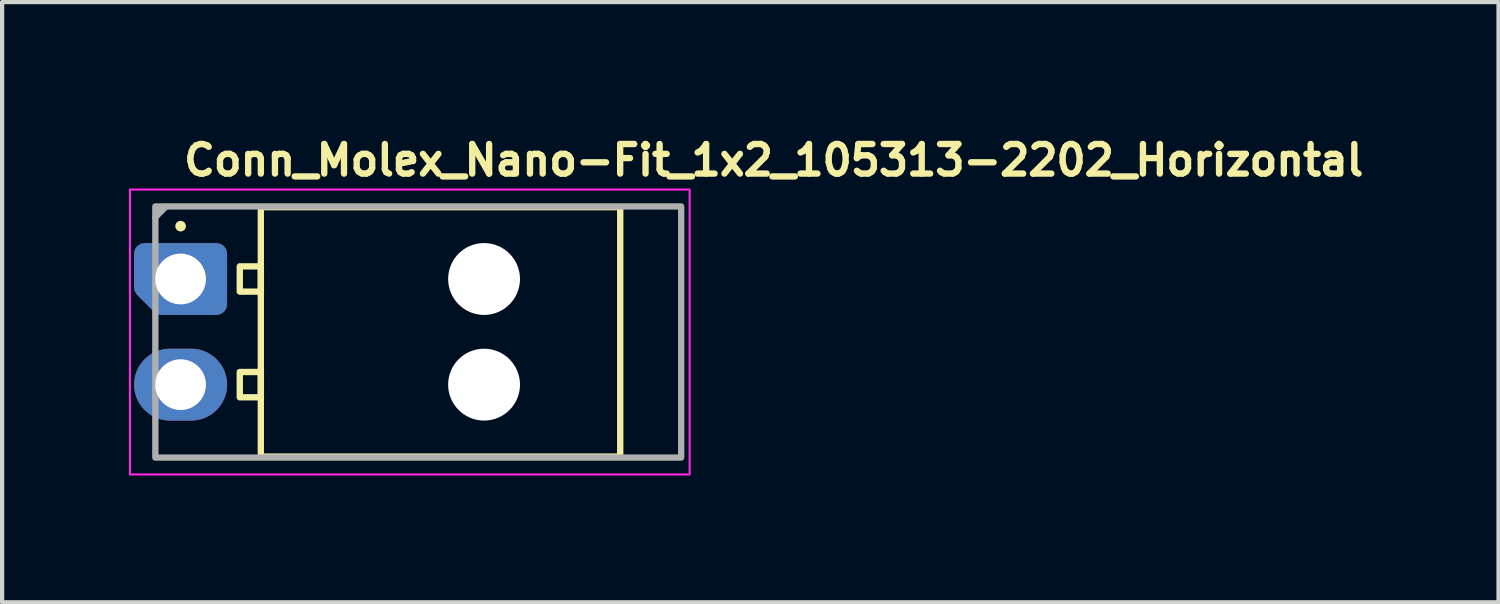
<source format=kicad_pcb>
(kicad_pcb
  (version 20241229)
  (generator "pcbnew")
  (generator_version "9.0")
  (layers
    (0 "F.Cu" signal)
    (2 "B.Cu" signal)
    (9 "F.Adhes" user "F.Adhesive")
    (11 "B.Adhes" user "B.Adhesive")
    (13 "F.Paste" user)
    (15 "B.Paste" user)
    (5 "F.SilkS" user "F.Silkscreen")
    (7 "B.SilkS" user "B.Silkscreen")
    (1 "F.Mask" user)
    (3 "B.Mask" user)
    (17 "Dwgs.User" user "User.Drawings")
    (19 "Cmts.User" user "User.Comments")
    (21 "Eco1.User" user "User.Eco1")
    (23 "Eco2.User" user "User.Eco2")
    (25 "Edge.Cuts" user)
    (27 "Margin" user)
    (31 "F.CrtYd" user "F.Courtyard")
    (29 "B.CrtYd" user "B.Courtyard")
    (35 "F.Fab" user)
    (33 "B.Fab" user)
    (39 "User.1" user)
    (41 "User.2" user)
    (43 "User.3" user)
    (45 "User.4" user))
  (footprint "Conn_Molex_Nano-Fit_1x2_105313-2202_Horizontal"
    (layer "F.Cu")
    (at 1.222 3.55)
    (property "Reference" "Conn_Molex_Nano-Fit_1x2_105313-2202_Horizontal" (at 0 -2.4 0) (layer "F.SilkS") (effects (font (size 0.7 0.7) (thickness 0.15)) (justify left bottom)))
    (attr through_hole)
    (fp_rect (start 1.4 -0.299) (end 1.899 0.299) (stroke (width 0.15) (type solid)) (fill no) (layer "F.SilkS"))
    (fp_rect (start 1.4 2.2) (end 1.899 2.798) (stroke (width 0.15) (type solid)) (fill no) (layer "F.SilkS"))
    (fp_rect (start 10.4 -1.7) (end 1.898 4.2) (stroke (width 0.15) (type solid)) (fill no) (layer "F.SilkS"))
    (fp_circle (center 0 -1.25) (end 0.05 -1.25) (stroke (width 0.15) (type solid)) (fill yes) (layer "F.SilkS"))
    (fp_rect (start -1.197 -2.116) (end 12.042 4.624) (stroke (width 0.05) (type solid)) (fill no) (layer "F.CrtYd"))
    (fp_line (start -0.35 -1.71) (end -0.595 -1.465) (stroke (width 0.15) (type solid)) (layer "F.Fab"))
    (fp_rect (start -0.597 -1.716) (end 11.842 4.224) (stroke (width 0.15) (type solid)) (fill no) (layer "F.Fab"))
    (fp_rect (start -0.597 -1.716) (end 11.842 4.224) (stroke (width 0.1) (type solid)) (fill no) (layer "User.5"))
    (fp_line (start -0.597 0.005) (end -0.597 0.005) (stroke (width 0.02) (type solid)) (layer "User.9"))
    (fp_line (start -0.597 0.005) (end -0.596 -0.027) (stroke (width 0.02) (type solid)) (layer "User.9"))
    (fp_line (start -0.597 2.504) (end -0.596 2.466) (stroke (width 0.02) (type solid)) (layer "User.9"))
    (fp_line (start -0.596 -0.027) (end -0.594 -0.058) (stroke (width 0.02) (type solid)) (layer "User.9"))
    (fp_line (start -0.596 0.035) (end -0.597 0.005) (stroke (width 0.02) (type solid)) (layer "User.9"))
    (fp_line (start -0.596 2.466) (end -0.592 2.426) (stroke (width 0.02) (type solid)) (layer "User.9"))
    (fp_line (start -0.596 2.543) (end -0.597 2.504) (stroke (width 0.02) (type solid)) (layer "User.9"))
    (fp_line (start -0.594 -0.058) (end -0.59 -0.088) (stroke (width 0.02) (type solid)) (layer "User.9"))
    (fp_line (start -0.594 0.066) (end -0.596 0.035) (stroke (width 0.02) (type solid)) (layer "User.9"))
    (fp_line (start -0.592 2.426) (end -0.586 2.389) (stroke (width 0.02) (type solid)) (layer "User.9"))
    (fp_line (start -0.592 2.581) (end -0.596 2.543) (stroke (width 0.02) (type solid)) (layer "User.9"))
    (fp_line (start -0.59 -0.088) (end -0.585 -0.117) (stroke (width 0.02) (type solid)) (layer "User.9"))
    (fp_line (start -0.59 0.096) (end -0.594 0.066) (stroke (width 0.02) (type solid)) (layer "User.9"))
    (fp_line (start -0.586 2.389) (end -0.577 2.35) (stroke (width 0.02) (type solid)) (layer "User.9"))
    (fp_line (start -0.586 2.62) (end -0.592 2.581) (stroke (width 0.02) (type solid)) (layer "User.9"))
    (fp_line (start -0.585 -0.117) (end -0.578 -0.145) (stroke (width 0.02) (type solid)) (layer "User.9"))
    (fp_line (start -0.585 0.124) (end -0.59 0.096) (stroke (width 0.02) (type solid)) (layer "User.9"))
    (fp_line (start -0.578 -0.145) (end -0.571 -0.175) (stroke (width 0.02) (type solid)) (layer "User.9"))
    (fp_line (start -0.578 0.153) (end -0.585 0.124) (stroke (width 0.02) (type solid)) (layer "User.9"))
    (fp_line (start -0.577 2.35) (end -0.567 2.313) (stroke (width 0.02) (type solid)) (layer "User.9"))
    (fp_line (start -0.577 2.659) (end -0.586 2.62) (stroke (width 0.02) (type solid)) (layer "User.9"))
    (fp_line (start -0.571 -0.175) (end -0.562 -0.203) (stroke (width 0.02) (type solid)) (layer "User.9"))
    (fp_line (start -0.571 0.182) (end -0.578 0.153) (stroke (width 0.02) (type solid)) (layer "User.9"))
    (fp_line (start -0.567 2.313) (end -0.553 2.276) (stroke (width 0.02) (type solid)) (layer "User.9"))
    (fp_line (start -0.567 2.696) (end -0.577 2.659) (stroke (width 0.02) (type solid)) (layer "User.9"))
    (fp_line (start -0.562 -0.203) (end -0.551 -0.23) (stroke (width 0.02) (type solid)) (layer "User.9"))
    (fp_line (start -0.562 0.21) (end -0.571 0.182) (stroke (width 0.02) (type solid)) (layer "User.9"))
    (fp_line (start -0.553 2.276) (end -0.537 2.24) (stroke (width 0.02) (type solid)) (layer "User.9"))
    (fp_line (start -0.553 2.733) (end -0.567 2.696) (stroke (width 0.02) (type solid)) (layer "User.9"))
    (fp_line (start -0.551 -0.23) (end -0.539 -0.255) (stroke (width 0.02) (type solid)) (layer "User.9"))
    (fp_line (start -0.551 0.238) (end -0.562 0.21) (stroke (width 0.02) (type solid)) (layer "User.9"))
    (fp_line (start -0.539 -0.255) (end -0.526 -0.282) (stroke (width 0.02) (type solid)) (layer "User.9"))
    (fp_line (start -0.539 0.265) (end -0.551 0.238) (stroke (width 0.02) (type solid)) (layer "User.9"))
    (fp_line (start -0.537 2.24) (end -0.518 2.205) (stroke (width 0.02) (type solid)) (layer "User.9"))
    (fp_line (start -0.537 2.769) (end -0.553 2.733) (stroke (width 0.02) (type solid)) (layer "User.9"))
    (fp_line (start -0.526 -0.282) (end -0.51 -0.306) (stroke (width 0.02) (type solid)) (layer "User.9"))
    (fp_line (start -0.526 0.29) (end -0.539 0.265) (stroke (width 0.02) (type solid)) (layer "User.9"))
    (fp_line (start -0.518 2.205) (end -0.518 2.205) (stroke (width 0.02) (type solid)) (layer "User.9"))
    (fp_line (start -0.518 2.205) (end -0.507 2.186) (stroke (width 0.02) (type solid)) (layer "User.9"))
    (fp_line (start -0.518 2.805) (end -0.537 2.769) (stroke (width 0.02) (type solid)) (layer "User.9"))
    (fp_line (start -0.518 2.805) (end -0.518 2.805) (stroke (width 0.02) (type solid)) (layer "User.9"))
    (fp_line (start -0.51 -0.306) (end -0.495 -0.332) (stroke (width 0.02) (type solid)) (layer "User.9"))
    (fp_line (start -0.51 0.315) (end -0.526 0.29) (stroke (width 0.02) (type solid)) (layer "User.9"))
    (fp_line (start -0.507 2.186) (end -0.496 2.171) (stroke (width 0.02) (type solid)) (layer "User.9"))
    (fp_line (start -0.496 2.171) (end -0.484 2.153) (stroke (width 0.02) (type solid)) (layer "User.9"))
    (fp_line (start -0.496 2.838) (end -0.518 2.805) (stroke (width 0.02) (type solid)) (layer "User.9"))
    (fp_line (start -0.495 -0.332) (end -0.479 -0.354) (stroke (width 0.02) (type solid)) (layer "User.9"))
    (fp_line (start -0.495 0.34) (end -0.51 0.315) (stroke (width 0.02) (type solid)) (layer "User.9"))
    (fp_line (start -0.484 2.153) (end -0.474 2.137) (stroke (width 0.02) (type solid)) (layer "User.9"))
    (fp_line (start -0.479 -0.354) (end -0.461 -0.377) (stroke (width 0.02) (type solid)) (layer "User.9"))
    (fp_line (start -0.479 0.362) (end -0.495 0.34) (stroke (width 0.02) (type solid)) (layer "User.9"))
    (fp_line (start -0.474 2.137) (end -0.461 2.123) (stroke (width 0.02) (type solid)) (layer "User.9"))
    (fp_line (start -0.474 2.87) (end -0.496 2.838) (stroke (width 0.02) (type solid)) (layer "User.9"))
    (fp_line (start -0.461 -0.377) (end -0.441 -0.4) (stroke (width 0.02) (type solid)) (layer "User.9"))
    (fp_line (start -0.461 0.386) (end -0.479 0.362) (stroke (width 0.02) (type solid)) (layer "User.9"))
    (fp_line (start -0.461 2.123) (end -0.448 2.108) (stroke (width 0.02) (type solid)) (layer "User.9"))
    (fp_line (start -0.448 2.108) (end -0.434 2.092) (stroke (width 0.02) (type solid)) (layer "User.9"))
    (fp_line (start -0.448 2.901) (end -0.474 2.87) (stroke (width 0.02) (type solid)) (layer "User.9"))
    (fp_line (start -0.441 -0.4) (end -0.421 -0.42) (stroke (width 0.02) (type solid)) (layer "User.9"))
    (fp_line (start -0.441 0.408) (end -0.461 0.386) (stroke (width 0.02) (type solid)) (layer "User.9"))
    (fp_line (start -0.434 2.092) (end -0.421 2.079) (stroke (width 0.02) (type solid)) (layer "User.9"))
    (fp_line (start -0.421 -0.42) (end -0.402 -0.439) (stroke (width 0.02) (type solid)) (layer "User.9"))
    (fp_line (start -0.421 0.428) (end -0.441 0.408) (stroke (width 0.02) (type solid)) (layer "User.9"))
    (fp_line (start -0.421 2.079) (end -0.408 2.065) (stroke (width 0.02) (type solid)) (layer "User.9"))
    (fp_line (start -0.421 2.93) (end -0.448 2.901) (stroke (width 0.02) (type solid)) (layer "User.9"))
    (fp_line (start -0.408 2.065) (end -0.393 2.052) (stroke (width 0.02) (type solid)) (layer "User.9"))
    (fp_line (start -0.402 -0.439) (end -0.379 -0.459) (stroke (width 0.02) (type solid)) (layer "User.9"))
    (fp_line (start -0.402 0.449) (end -0.421 0.428) (stroke (width 0.02) (type solid)) (layer "User.9"))
    (fp_line (start -0.393 2.052) (end -0.377 2.039) (stroke (width 0.02) (type solid)) (layer "User.9"))
    (fp_line (start -0.393 2.955) (end -0.421 2.93) (stroke (width 0.02) (type solid)) (layer "User.9"))
    (fp_line (start -0.379 -0.459) (end -0.356 -0.477) (stroke (width 0.02) (type solid)) (layer "User.9"))
    (fp_line (start -0.379 0.467) (end -0.402 0.449) (stroke (width 0.02) (type solid)) (layer "User.9"))
    (fp_line (start -0.377 2.039) (end -0.362 2.027) (stroke (width 0.02) (type solid)) (layer "User.9"))
    (fp_line (start -0.362 2.027) (end -0.347 2.015) (stroke (width 0.02) (type solid)) (layer "User.9"))
    (fp_line (start -0.362 2.98) (end -0.393 2.955) (stroke (width 0.02) (type solid)) (layer "User.9"))
    (fp_line (start -0.356 -0.477) (end -0.334 -0.493) (stroke (width 0.02) (type solid)) (layer "User.9"))
    (fp_line (start -0.356 0.484) (end -0.379 0.467) (stroke (width 0.02) (type solid)) (layer "User.9"))
    (fp_line (start -0.347 2.015) (end -0.331 2.004) (stroke (width 0.02) (type solid)) (layer "User.9"))
    (fp_line (start -0.334 -0.493) (end -0.308 -0.508) (stroke (width 0.02) (type solid)) (layer "User.9"))
    (fp_line (start -0.334 0.501) (end -0.356 0.484) (stroke (width 0.02) (type solid)) (layer "User.9"))
    (fp_line (start -0.331 2.004) (end -0.314 1.995) (stroke (width 0.02) (type solid)) (layer "User.9"))
    (fp_line (start -0.331 3.003) (end -0.362 2.98) (stroke (width 0.02) (type solid)) (layer "User.9"))
    (fp_line (start -0.315 -0.313) (end -0.309 -0.313) (stroke (width 0.02) (type solid)) (layer "User.9"))
    (fp_line (start -0.315 0.322) (end -0.315 -0.313) (stroke (width 0.02) (type solid)) (layer "User.9"))
    (fp_line (start -0.315 0.322) (end -0.309 0.322) (stroke (width 0.02) (type solid)) (layer "User.9"))
    (fp_line (start -0.315 2.186) (end -0.309 2.186) (stroke (width 0.02) (type solid)) (layer "User.9"))
    (fp_line (start -0.315 2.822) (end -0.315 2.186) (stroke (width 0.02) (type solid)) (layer "User.9"))
    (fp_line (start -0.315 2.822) (end -0.309 2.822) (stroke (width 0.02) (type solid)) (layer "User.9"))
    (fp_line (start -0.314 1.995) (end -0.297 1.985) (stroke (width 0.02) (type solid)) (layer "User.9"))
    (fp_line (start -0.309 -0.313) (end -0.309 -0.313) (stroke (width 0.02) (type solid)) (layer "User.9"))
    (fp_line (start -0.309 -0.313) (end -0.291 -0.313) (stroke (width 0.02) (type solid)) (layer "User.9"))
    (fp_line (start -0.309 0.322) (end -0.309 0.322) (stroke (width 0.02) (type solid)) (layer "User.9"))
    (fp_line (start -0.309 0.322) (end -0.291 0.322) (stroke (width 0.02) (type solid)) (layer "User.9"))
    (fp_line (start -0.309 2.186) (end -0.309 2.186) (stroke (width 0.02) (type solid)) (layer "User.9"))
    (fp_line (start -0.309 2.186) (end -0.291 2.186) (stroke (width 0.02) (type solid)) (layer "User.9"))
    (fp_line (start -0.309 2.822) (end -0.309 2.822) (stroke (width 0.02) (type solid)) (layer "User.9"))
    (fp_line (start -0.309 2.822) (end -0.291 2.822) (stroke (width 0.02) (type solid)) (layer "User.9"))
    (fp_line (start -0.308 -0.508) (end -0.284 -0.524) (stroke (width 0.02) (type solid)) (layer "User.9"))
    (fp_line (start -0.308 0.518) (end -0.334 0.501) (stroke (width 0.02) (type solid)) (layer "User.9"))
    (fp_line (start -0.297 1.985) (end -0.281 1.975) (stroke (width 0.02) (type solid)) (layer "User.9"))
    (fp_line (start -0.297 3.023) (end -0.331 3.003) (stroke (width 0.02) (type solid)) (layer "User.9"))
    (fp_line (start -0.291 -0.313) (end -0.291 -0.313) (stroke (width 0.02) (type solid)) (layer "User.9"))
    (fp_line (start -0.291 -0.313) (end -0.263 -0.313) (stroke (width 0.02) (type solid)) (layer "User.9"))
    (fp_line (start -0.291 0.322) (end -0.291 0.322) (stroke (width 0.02) (type solid)) (layer "User.9"))
    (fp_line (start -0.291 0.322) (end -0.263 0.322) (stroke (width 0.02) (type solid)) (layer "User.9"))
    (fp_line (start -0.291 2.186) (end -0.291 2.186) (stroke (width 0.02) (type solid)) (layer "User.9"))
    (fp_line (start -0.291 2.186) (end -0.263 2.186) (stroke (width 0.02) (type solid)) (layer "User.9"))
    (fp_line (start -0.291 2.822) (end -0.291 2.822) (stroke (width 0.02) (type solid)) (layer "User.9"))
    (fp_line (start -0.291 2.822) (end -0.263 2.822) (stroke (width 0.02) (type solid)) (layer "User.9"))
    (fp_line (start -0.284 -0.524) (end -0.258 -0.537) (stroke (width 0.02) (type solid)) (layer "User.9"))
    (fp_line (start -0.284 0.532) (end -0.308 0.518) (stroke (width 0.02) (type solid)) (layer "User.9"))
    (fp_line (start -0.281 1.975) (end -0.264 1.967) (stroke (width 0.02) (type solid)) (layer "User.9"))
    (fp_line (start -0.264 1.967) (end -0.246 1.957) (stroke (width 0.02) (type solid)) (layer "User.9"))
    (fp_line (start -0.264 3.043) (end -0.297 3.023) (stroke (width 0.02) (type solid)) (layer "User.9"))
    (fp_line (start -0.263 -0.313) (end -0.263 -0.313) (stroke (width 0.02) (type solid)) (layer "User.9"))
    (fp_line (start -0.263 -0.313) (end -0.222 -0.313) (stroke (width 0.02) (type solid)) (layer "User.9"))
    (fp_line (start -0.263 0.322) (end -0.263 0.322) (stroke (width 0.02) (type solid)) (layer "User.9"))
    (fp_line (start -0.263 0.322) (end -0.222 0.322) (stroke (width 0.02) (type solid)) (layer "User.9"))
    (fp_line (start -0.263 2.186) (end -0.263 2.186) (stroke (width 0.02) (type solid)) (layer "User.9"))
    (fp_line (start -0.263 2.186) (end -0.222 2.186) (stroke (width 0.02) (type solid)) (layer "User.9"))
    (fp_line (start -0.263 2.822) (end -0.263 2.822) (stroke (width 0.02) (type solid)) (layer "User.9"))
    (fp_line (start -0.263 2.822) (end -0.222 2.822) (stroke (width 0.02) (type solid)) (layer "User.9"))
    (fp_line (start -0.258 -0.537) (end -0.232 -0.549) (stroke (width 0.02) (type solid)) (layer "User.9"))
    (fp_line (start -0.258 0.545) (end -0.284 0.532) (stroke (width 0.02) (type solid)) (layer "User.9"))
    (fp_line (start -0.246 1.957) (end -0.229 1.951) (stroke (width 0.02) (type solid)) (layer "User.9"))
    (fp_line (start -0.232 -0.549) (end -0.205 -0.56) (stroke (width 0.02) (type solid)) (layer "User.9"))
    (fp_line (start -0.232 0.557) (end -0.258 0.545) (stroke (width 0.02) (type solid)) (layer "User.9"))
    (fp_line (start -0.229 1.951) (end -0.21 1.943) (stroke (width 0.02) (type solid)) (layer "User.9"))
    (fp_line (start -0.229 3.059) (end -0.264 3.043) (stroke (width 0.02) (type solid)) (layer "User.9"))
    (fp_line (start -0.222 -0.313) (end -0.222 -0.313) (stroke (width 0.02) (type solid)) (layer "User.9"))
    (fp_line (start -0.222 -0.313) (end -0.173 -0.313) (stroke (width 0.02) (type solid)) (layer "User.9"))
    (fp_line (start -0.222 0.322) (end -0.222 0.322) (stroke (width 0.02) (type solid)) (layer "User.9"))
    (fp_line (start -0.222 0.322) (end -0.173 0.322) (stroke (width 0.02) (type solid)) (layer "User.9"))
    (fp_line (start -0.222 2.186) (end -0.222 2.186) (stroke (width 0.02) (type solid)) (layer "User.9"))
    (fp_line (start -0.222 2.186) (end -0.173 2.186) (stroke (width 0.02) (type solid)) (layer "User.9"))
    (fp_line (start -0.222 2.822) (end -0.222 2.822) (stroke (width 0.02) (type solid)) (layer "User.9"))
    (fp_line (start -0.222 2.822) (end -0.173 2.822) (stroke (width 0.02) (type solid)) (layer "User.9"))
    (fp_line (start -0.21 1.943) (end -0.191 1.937) (stroke (width 0.02) (type solid)) (layer "User.9"))
    (fp_line (start -0.205 -0.56) (end -0.176 -0.569) (stroke (width 0.02) (type solid)) (layer "User.9"))
    (fp_line (start -0.205 0.568) (end -0.232 0.557) (stroke (width 0.02) (type solid)) (layer "User.9"))
    (fp_line (start -0.191 1.937) (end -0.174 1.931) (stroke (width 0.02) (type solid)) (layer "User.9"))
    (fp_line (start -0.191 3.072) (end -0.229 3.059) (stroke (width 0.02) (type solid)) (layer "User.9"))
    (fp_line (start -0.176 -0.569) (end -0.147 -0.577) (stroke (width 0.02) (type solid)) (layer "User.9"))
    (fp_line (start -0.176 0.577) (end -0.205 0.568) (stroke (width 0.02) (type solid)) (layer "User.9"))
    (fp_line (start -0.174 1.931) (end -0.154 1.925) (stroke (width 0.02) (type solid)) (layer "User.9"))
    (fp_line (start -0.173 -0.313) (end -0.173 -0.313) (stroke (width 0.02) (type solid)) (layer "User.9"))
    (fp_line (start -0.173 -0.313) (end -0.111 -0.313) (stroke (width 0.02) (type solid)) (layer "User.9"))
    (fp_line (start -0.173 0.322) (end -0.173 0.322) (stroke (width 0.02) (type solid)) (layer "User.9"))
    (fp_line (start -0.173 0.322) (end -0.111 0.322) (stroke (width 0.02) (type solid)) (layer "User.9"))
    (fp_line (start -0.173 2.186) (end -0.173 2.186) (stroke (width 0.02) (type solid)) (layer "User.9"))
    (fp_line (start -0.173 2.186) (end -0.111 2.186) (stroke (width 0.02) (type solid)) (layer "User.9"))
    (fp_line (start -0.173 2.822) (end -0.173 2.822) (stroke (width 0.02) (type solid)) (layer "User.9"))
    (fp_line (start -0.173 2.822) (end -0.111 2.822) (stroke (width 0.02) (type solid)) (layer "User.9"))
    (fp_line (start -0.154 1.925) (end -0.136 1.921) (stroke (width 0.02) (type solid)) (layer "User.9"))
    (fp_line (start -0.154 3.084) (end -0.191 3.072) (stroke (width 0.02) (type solid)) (layer "User.9"))
    (fp_line (start -0.147 -0.577) (end -0.119 -0.583) (stroke (width 0.02) (type solid)) (layer "User.9"))
    (fp_line (start -0.147 0.585) (end -0.176 0.577) (stroke (width 0.02) (type solid)) (layer "User.9"))
    (fp_line (start -0.136 1.921) (end -0.117 1.916) (stroke (width 0.02) (type solid)) (layer "User.9"))
    (fp_line (start -0.119 -0.583) (end -0.089 -0.588) (stroke (width 0.02) (type solid)) (layer "User.9"))
    (fp_line (start -0.119 0.591) (end -0.147 0.585) (stroke (width 0.02) (type solid)) (layer "User.9"))
    (fp_line (start -0.117 1.916) (end -0.096 1.912) (stroke (width 0.02) (type solid)) (layer "User.9"))
    (fp_line (start -0.117 3.092) (end -0.154 3.084) (stroke (width 0.02) (type solid)) (layer "User.9"))
    (fp_line (start -0.111 -0.313) (end -0.111 -0.313) (stroke (width 0.02) (type solid)) (layer "User.9"))
    (fp_line (start -0.111 -0.313) (end -0.042 -0.313) (stroke (width 0.02) (type solid)) (layer "User.9"))
    (fp_line (start -0.111 0.322) (end -0.111 0.322) (stroke (width 0.02) (type solid)) (layer "User.9"))
    (fp_line (start -0.111 0.322) (end -0.042 0.322) (stroke (width 0.02) (type solid)) (layer "User.9"))
    (fp_line (start -0.111 2.186) (end -0.111 2.186) (stroke (width 0.02) (type solid)) (layer "User.9"))
    (fp_line (start -0.111 2.186) (end -0.042 2.186) (stroke (width 0.02) (type solid)) (layer "User.9"))
    (fp_line (start -0.111 2.822) (end -0.111 2.822) (stroke (width 0.02) (type solid)) (layer "User.9"))
    (fp_line (start -0.111 2.822) (end -0.042 2.822) (stroke (width 0.02) (type solid)) (layer "User.9"))
    (fp_line (start -0.096 1.912) (end -0.077 1.91) (stroke (width 0.02) (type solid)) (layer "User.9"))
    (fp_line (start -0.089 -0.588) (end -0.06 -0.592) (stroke (width 0.02) (type solid)) (layer "User.9"))
    (fp_line (start -0.089 0.597) (end -0.119 0.591) (stroke (width 0.02) (type solid)) (layer "User.9"))
    (fp_line (start -0.077 1.91) (end -0.058 1.908) (stroke (width 0.02) (type solid)) (layer "User.9"))
    (fp_line (start -0.077 3.099) (end -0.117 3.092) (stroke (width 0.02) (type solid)) (layer "User.9"))
    (fp_line (start -0.06 -0.592) (end -0.028 -0.595) (stroke (width 0.02) (type solid)) (layer "User.9"))
    (fp_line (start -0.06 0.6) (end -0.089 0.597) (stroke (width 0.02) (type solid)) (layer "User.9"))
    (fp_line (start -0.058 1.908) (end -0.037 1.906) (stroke (width 0.02) (type solid)) (layer "User.9"))
    (fp_line (start -0.042 -0.313) (end -0.042 -0.313) (stroke (width 0.02) (type solid)) (layer "User.9"))
    (fp_line (start -0.042 -0.313) (end 0.619 -0.313) (stroke (width 0.02) (type solid)) (layer "User.9"))
    (fp_line (start -0.042 0.322) (end -0.042 0.322) (stroke (width 0.02) (type solid)) (layer "User.9"))
    (fp_line (start -0.042 0.322) (end 0.619 0.322) (stroke (width 0.02) (type solid)) (layer "User.9"))
    (fp_line (start -0.042 2.186) (end -0.042 2.186) (stroke (width 0.02) (type solid)) (layer "User.9"))
    (fp_line (start -0.042 2.186) (end 0.619 2.186) (stroke (width 0.02) (type solid)) (layer "User.9"))
    (fp_line (start -0.042 2.822) (end -0.042 2.822) (stroke (width 0.02) (type solid)) (layer "User.9"))
    (fp_line (start -0.042 2.822) (end 0.619 2.822) (stroke (width 0.02) (type solid)) (layer "User.9"))
    (fp_line (start -0.037 1.906) (end -0.018 1.904) (stroke (width 0.02) (type solid)) (layer "User.9"))
    (fp_line (start -0.037 3.103) (end -0.077 3.099) (stroke (width 0.02) (type solid)) (layer "User.9"))
    (fp_line (start -0.028 -0.595) (end 0.003 -0.595) (stroke (width 0.02) (type solid)) (layer "User.9"))
    (fp_line (start -0.028 0.603) (end -0.06 0.6) (stroke (width 0.02) (type solid)) (layer "User.9"))
    (fp_line (start -0.018 1.904) (end 0.003 1.904) (stroke (width 0.02) (type solid)) (layer "User.9"))
    (fp_line (start 0.003 -0.595) (end 0.041 -0.594) (stroke (width 0.02) (type solid)) (layer "User.9"))
    (fp_line (start 0.003 0.604) (end -0.028 0.603) (stroke (width 0.02) (type solid)) (layer "User.9"))
    (fp_line (start 0.003 1.904) (end 0.041 1.906) (stroke (width 0.02) (type solid)) (layer "User.9"))
    (fp_line (start 0.003 3.104) (end -0.037 3.103) (stroke (width 0.02) (type solid)) (layer "User.9"))
    (fp_line (start 0.021 0.603) (end 0.003 0.604) (stroke (width 0.02) (type solid)) (layer "User.9"))
    (fp_line (start 0.021 3.104) (end 0.003 3.104) (stroke (width 0.02) (type solid)) (layer "User.9"))
    (fp_line (start 0.041 -0.594) (end 0.08 -0.59) (stroke (width 0.02) (type solid)) (layer "User.9"))
    (fp_line (start 0.041 0.602) (end 0.021 0.603) (stroke (width 0.02) (type solid)) (layer "User.9"))
    (fp_line (start 0.041 1.906) (end 0.08 1.908) (stroke (width 0.02) (type solid)) (layer "User.9"))
    (fp_line (start 0.041 3.103) (end 0.021 3.104) (stroke (width 0.02) (type solid)) (layer "User.9"))
    (fp_line (start 0.059 0.601) (end 0.041 0.602) (stroke (width 0.02) (type solid)) (layer "User.9"))
    (fp_line (start 0.059 3.101) (end 0.041 3.103) (stroke (width 0.02) (type solid)) (layer "User.9"))
    (fp_line (start 0.08 -0.59) (end 0.117 -0.584) (stroke (width 0.02) (type solid)) (layer "User.9"))
    (fp_line (start 0.08 0.599) (end 0.059 0.601) (stroke (width 0.02) (type solid)) (layer "User.9"))
    (fp_line (start 0.08 1.908) (end 0.117 1.916) (stroke (width 0.02) (type solid)) (layer "User.9"))
    (fp_line (start 0.08 3.1) (end 0.059 3.101) (stroke (width 0.02) (type solid)) (layer "User.9"))
    (fp_line (start 0.098 0.596) (end 0.08 0.599) (stroke (width 0.02) (type solid)) (layer "User.9"))
    (fp_line (start 0.098 3.096) (end 0.08 3.1) (stroke (width 0.02) (type solid)) (layer "User.9"))
    (fp_line (start 0.117 -0.584) (end 0.153 -0.577) (stroke (width 0.02) (type solid)) (layer "User.9"))
    (fp_line (start 0.117 0.593) (end 0.098 0.596) (stroke (width 0.02) (type solid)) (layer "User.9"))
    (fp_line (start 0.117 1.916) (end 0.153 1.923) (stroke (width 0.02) (type solid)) (layer "User.9"))
    (fp_line (start 0.117 3.093) (end 0.098 3.096) (stroke (width 0.02) (type solid)) (layer "User.9"))
    (fp_line (start 0.153 -0.577) (end 0.189 -0.566) (stroke (width 0.02) (type solid)) (layer "User.9"))
    (fp_line (start 0.153 0.584) (end 0.117 0.593) (stroke (width 0.02) (type solid)) (layer "User.9"))
    (fp_line (start 0.153 1.923) (end 0.189 1.935) (stroke (width 0.02) (type solid)) (layer "User.9"))
    (fp_line (start 0.153 3.084) (end 0.117 3.093) (stroke (width 0.02) (type solid)) (layer "User.9"))
    (fp_line (start 0.189 -0.566) (end 0.226 -0.553) (stroke (width 0.02) (type solid)) (layer "User.9"))
    (fp_line (start 0.189 0.574) (end 0.153 0.584) (stroke (width 0.02) (type solid)) (layer "User.9"))
    (fp_line (start 0.189 1.935) (end 0.226 1.947) (stroke (width 0.02) (type solid)) (layer "User.9"))
    (fp_line (start 0.189 3.073) (end 0.153 3.084) (stroke (width 0.02) (type solid)) (layer "User.9"))
    (fp_line (start 0.226 -0.553) (end 0.26 -0.538) (stroke (width 0.02) (type solid)) (layer "User.9"))
    (fp_line (start 0.226 0.562) (end 0.189 0.574) (stroke (width 0.02) (type solid)) (layer "User.9"))
    (fp_line (start 0.226 1.947) (end 0.26 1.963) (stroke (width 0.02) (type solid)) (layer "User.9"))
    (fp_line (start 0.226 3.062) (end 0.189 3.073) (stroke (width 0.02) (type solid)) (layer "User.9"))
    (fp_line (start 0.26 -0.538) (end 0.293 -0.521) (stroke (width 0.02) (type solid)) (layer "User.9"))
    (fp_line (start 0.26 0.546) (end 0.226 0.562) (stroke (width 0.02) (type solid)) (layer "User.9"))
    (fp_line (start 0.26 1.963) (end 0.293 1.979) (stroke (width 0.02) (type solid)) (layer "User.9"))
    (fp_line (start 0.26 3.046) (end 0.226 3.062) (stroke (width 0.02) (type solid)) (layer "User.9"))
    (fp_line (start 0.293 -0.521) (end 0.326 -0.501) (stroke (width 0.02) (type solid)) (layer "User.9"))
    (fp_line (start 0.293 0.529) (end 0.26 0.546) (stroke (width 0.02) (type solid)) (layer "User.9"))
    (fp_line (start 0.293 1.979) (end 0.326 1.999) (stroke (width 0.02) (type solid)) (layer "User.9"))
    (fp_line (start 0.293 3.028) (end 0.26 3.046) (stroke (width 0.02) (type solid)) (layer "User.9"))
    (fp_line (start 0.326 -0.501) (end 0.356 -0.48) (stroke (width 0.02) (type solid)) (layer "User.9"))
    (fp_line (start 0.326 0.509) (end 0.293 0.529) (stroke (width 0.02) (type solid)) (layer "User.9"))
    (fp_line (start 0.326 1.999) (end 0.356 2.019) (stroke (width 0.02) (type solid)) (layer "User.9"))
    (fp_line (start 0.326 3.01) (end 0.293 3.028) (stroke (width 0.02) (type solid)) (layer "User.9"))
    (fp_line (start 0.356 -0.48) (end 0.387 -0.457) (stroke (width 0.02) (type solid)) (layer "User.9"))
    (fp_line (start 0.356 0.488) (end 0.326 0.509) (stroke (width 0.02) (type solid)) (layer "User.9"))
    (fp_line (start 0.356 2.019) (end 0.387 2.043) (stroke (width 0.02) (type solid)) (layer "User.9"))
    (fp_line (start 0.356 2.988) (end 0.326 3.01) (stroke (width 0.02) (type solid)) (layer "User.9"))
    (fp_line (start 0.387 -0.457) (end 0.415 -0.431) (stroke (width 0.02) (type solid)) (layer "User.9"))
    (fp_line (start 0.387 0.465) (end 0.356 0.488) (stroke (width 0.02) (type solid)) (layer "User.9"))
    (fp_line (start 0.387 2.043) (end 0.415 2.068) (stroke (width 0.02) (type solid)) (layer "User.9"))
    (fp_line (start 0.387 2.964) (end 0.356 2.988) (stroke (width 0.02) (type solid)) (layer "User.9"))
    (fp_line (start 0.415 -0.431) (end 0.441 -0.405) (stroke (width 0.02) (type solid)) (layer "User.9"))
    (fp_line (start 0.415 0.439) (end 0.387 0.465) (stroke (width 0.02) (type solid)) (layer "User.9"))
    (fp_line (start 0.415 2.068) (end 0.441 2.096) (stroke (width 0.02) (type solid)) (layer "User.9"))
    (fp_line (start 0.415 2.939) (end 0.387 2.964) (stroke (width 0.02) (type solid)) (layer "User.9"))
    (fp_line (start 0.441 -0.405) (end 0.467 -0.376) (stroke (width 0.02) (type solid)) (layer "User.9"))
    (fp_line (start 0.441 0.413) (end 0.415 0.439) (stroke (width 0.02) (type solid)) (layer "User.9"))
    (fp_line (start 0.441 2.096) (end 0.467 2.124) (stroke (width 0.02) (type solid)) (layer "User.9"))
    (fp_line (start 0.441 2.913) (end 0.415 2.939) (stroke (width 0.02) (type solid)) (layer "User.9"))
    (fp_line (start 0.455 0.399) (end 0.441 0.413) (stroke (width 0.02) (type solid)) (layer "User.9"))
    (fp_line (start 0.455 2.898) (end 0.441 2.913) (stroke (width 0.02) (type solid)) (layer "User.9"))
    (fp_line (start 0.467 -0.376) (end 0.489 -0.346) (stroke (width 0.02) (type solid)) (layer "User.9"))
    (fp_line (start 0.467 0.385) (end 0.455 0.399) (stroke (width 0.02) (type solid)) (layer "User.9"))
    (fp_line (start 0.467 2.124) (end 0.489 2.155) (stroke (width 0.02) (type solid)) (layer "User.9"))
    (fp_line (start 0.467 2.885) (end 0.455 2.898) (stroke (width 0.02) (type solid)) (layer "User.9"))
    (fp_line (start 0.479 0.369) (end 0.467 0.385) (stroke (width 0.02) (type solid)) (layer "User.9"))
    (fp_line (start 0.479 2.87) (end 0.467 2.885) (stroke (width 0.02) (type solid)) (layer "User.9"))
    (fp_line (start 0.489 -0.346) (end 0.512 -0.313) (stroke (width 0.02) (type solid)) (layer "User.9"))
    (fp_line (start 0.489 0.353) (end 0.479 0.369) (stroke (width 0.02) (type solid)) (layer "User.9"))
    (fp_line (start 0.489 2.155) (end 0.512 2.186) (stroke (width 0.02) (type solid)) (layer "User.9"))
    (fp_line (start 0.489 2.854) (end 0.479 2.87) (stroke (width 0.02) (type solid)) (layer "User.9"))
    (fp_line (start 0.5 0.338) (end 0.489 0.353) (stroke (width 0.02) (type solid)) (layer "User.9"))
    (fp_line (start 0.5 2.838) (end 0.489 2.854) (stroke (width 0.02) (type solid)) (layer "User.9"))
    (fp_line (start 0.512 0.322) (end 0.5 0.338) (stroke (width 0.02) (type solid)) (layer "User.9"))
    (fp_line (start 0.512 2.822) (end 0.5 2.838) (stroke (width 0.02) (type solid)) (layer "User.9"))
    (fp_line (start 0.619 -0.313) (end 1.923 -0.313) (stroke (width 0.02) (type solid)) (layer "User.9"))
    (fp_line (start 0.619 0.322) (end 1.923 0.322) (stroke (width 0.02) (type solid)) (layer "User.9"))
    (fp_line (start 0.619 2.186) (end 1.923 2.186) (stroke (width 0.02) (type solid)) (layer "User.9"))
    (fp_line (start 0.619 2.822) (end 1.923 2.822) (stroke (width 0.02) (type solid)) (layer "User.9"))
    (fp_line (start 1.923 -1.716) (end 1.923 4.224) (stroke (width 0.02) (type solid)) (layer "User.9"))
    (fp_line (start 1.923 4.224) (end 10.383 4.224) (stroke (width 0.02) (type solid)) (layer "User.9"))
    (fp_line (start 5.382 -1.109) (end 5.382 -1.095) (stroke (width 0.02) (type solid)) (layer "User.9"))
    (fp_line (start 5.382 0.104) (end 5.382 -1.095) (stroke (width 0.02) (type solid)) (layer "User.9"))
    (fp_line (start 5.382 0.104) (end 5.382 2.405) (stroke (width 0.02) (type solid)) (layer "User.9"))
    (fp_line (start 5.382 0.104) (end 5.632 0.104) (stroke (width 0.02) (type solid)) (layer "User.9"))
    (fp_line (start 5.382 2.405) (end 5.632 2.405) (stroke (width 0.02) (type solid)) (layer "User.9"))
    (fp_line (start 5.382 3.604) (end 5.382 2.405) (stroke (width 0.02) (type solid)) (layer "User.9"))
    (fp_line (start 5.382 3.616) (end 5.382 3.604) (stroke (width 0.02) (type solid)) (layer "User.9"))
    (fp_line (start 5.382 3.616) (end 5.382 3.604) (stroke (width 0.02) (type solid)) (layer "User.9"))
    (fp_line (start 5.384 -1.133) (end 5.384 -1.121) (stroke (width 0.02) (type solid)) (layer "User.9"))
    (fp_line (start 5.384 -1.121) (end 5.382 -1.109) (stroke (width 0.02) (type solid)) (layer "User.9"))
    (fp_line (start 5.384 3.628) (end 5.382 3.616) (stroke (width 0.02) (type solid)) (layer "User.9"))
    (fp_line (start 5.384 3.628) (end 5.382 3.616) (stroke (width 0.02) (type solid)) (layer "User.9"))
    (fp_line (start 5.384 3.64) (end 5.384 3.628) (stroke (width 0.02) (type solid)) (layer "User.9"))
    (fp_line (start 5.384 3.64) (end 5.384 3.628) (stroke (width 0.02) (type solid)) (layer "User.9"))
    (fp_line (start 5.387 -1.145) (end 5.384 -1.133) (stroke (width 0.02) (type solid)) (layer "User.9"))
    (fp_line (start 5.387 3.653) (end 5.384 3.64) (stroke (width 0.02) (type solid)) (layer "User.9"))
    (fp_line (start 5.387 3.653) (end 5.384 3.64) (stroke (width 0.02) (type solid)) (layer "User.9"))
    (fp_line (start 5.389 -1.156) (end 5.387 -1.145) (stroke (width 0.02) (type solid)) (layer "User.9"))
    (fp_line (start 5.389 3.665) (end 5.387 3.653) (stroke (width 0.02) (type solid)) (layer "User.9"))
    (fp_line (start 5.389 3.665) (end 5.387 3.653) (stroke (width 0.02) (type solid)) (layer "User.9"))
    (fp_line (start 5.392 -1.168) (end 5.389 -1.156) (stroke (width 0.02) (type solid)) (layer "User.9"))
    (fp_line (start 5.392 3.676) (end 5.389 3.665) (stroke (width 0.02) (type solid)) (layer "User.9"))
    (fp_line (start 5.392 3.676) (end 5.389 3.665) (stroke (width 0.02) (type solid)) (layer "User.9"))
    (fp_line (start 5.397 -1.18) (end 5.392 -1.168) (stroke (width 0.02) (type solid)) (layer "User.9"))
    (fp_line (start 5.397 3.688) (end 5.392 3.676) (stroke (width 0.02) (type solid)) (layer "User.9"))
    (fp_line (start 5.397 3.688) (end 5.392 3.676) (stroke (width 0.02) (type solid)) (layer "User.9"))
    (fp_line (start 5.402 -1.192) (end 5.397 -1.18) (stroke (width 0.02) (type solid)) (layer "User.9"))
    (fp_line (start 5.402 3.7) (end 5.397 3.688) (stroke (width 0.02) (type solid)) (layer "User.9"))
    (fp_line (start 5.402 3.7) (end 5.397 3.688) (stroke (width 0.02) (type solid)) (layer "User.9"))
    (fp_line (start 5.406 -1.202) (end 5.402 -1.192) (stroke (width 0.02) (type solid)) (layer "User.9"))
    (fp_line (start 5.406 3.711) (end 5.402 3.7) (stroke (width 0.02) (type solid)) (layer "User.9"))
    (fp_line (start 5.406 3.711) (end 5.402 3.7) (stroke (width 0.02) (type solid)) (layer "User.9"))
    (fp_line (start 5.411 -1.214) (end 5.406 -1.202) (stroke (width 0.02) (type solid)) (layer "User.9"))
    (fp_line (start 5.411 3.721) (end 5.406 3.711) (stroke (width 0.02) (type solid)) (layer "User.9"))
    (fp_line (start 5.411 3.721) (end 5.406 3.711) (stroke (width 0.02) (type solid)) (layer "User.9"))
    (fp_line (start 5.418 -1.224) (end 5.411 -1.214) (stroke (width 0.02) (type solid)) (layer "User.9"))
    (fp_line (start 5.418 3.733) (end 5.411 3.721) (stroke (width 0.02) (type solid)) (layer "User.9"))
    (fp_line (start 5.418 3.733) (end 5.411 3.721) (stroke (width 0.02) (type solid)) (layer "User.9"))
    (fp_line (start 5.424 -1.234) (end 5.418 -1.224) (stroke (width 0.02) (type solid)) (layer "User.9"))
    (fp_line (start 5.424 3.742) (end 5.418 3.733) (stroke (width 0.02) (type solid)) (layer "User.9"))
    (fp_line (start 5.424 3.742) (end 5.418 3.733) (stroke (width 0.02) (type solid)) (layer "User.9"))
    (fp_line (start 5.432 -1.244) (end 5.424 -1.234) (stroke (width 0.02) (type solid)) (layer "User.9"))
    (fp_line (start 5.432 3.753) (end 5.424 3.742) (stroke (width 0.02) (type solid)) (layer "User.9"))
    (fp_line (start 5.432 3.753) (end 5.424 3.742) (stroke (width 0.02) (type solid)) (layer "User.9"))
    (fp_line (start 5.438 -1.254) (end 5.432 -1.244) (stroke (width 0.02) (type solid)) (layer "User.9"))
    (fp_line (start 5.438 3.762) (end 5.432 3.753) (stroke (width 0.02) (type solid)) (layer "User.9"))
    (fp_line (start 5.438 3.762) (end 5.432 3.753) (stroke (width 0.02) (type solid)) (layer "User.9"))
    (fp_line (start 5.446 -1.264) (end 5.438 -1.254) (stroke (width 0.02) (type solid)) (layer "User.9"))
    (fp_line (start 5.446 3.772) (end 5.438 3.762) (stroke (width 0.02) (type solid)) (layer "User.9"))
    (fp_line (start 5.446 3.772) (end 5.438 3.762) (stroke (width 0.02) (type solid)) (layer "User.9"))
    (fp_line (start 5.456 -1.272) (end 5.446 -1.264) (stroke (width 0.02) (type solid)) (layer "User.9"))
    (fp_line (start 5.456 -1.272) (end 5.456 -1.272) (stroke (width 0.02) (type solid)) (layer "User.9"))
    (fp_line (start 5.456 3.781) (end 5.446 3.772) (stroke (width 0.02) (type solid)) (layer "User.9"))
    (fp_line (start 5.456 3.781) (end 5.446 3.772) (stroke (width 0.02) (type solid)) (layer "User.9"))
    (fp_line (start 5.456 3.781) (end 5.456 3.781) (stroke (width 0.02) (type solid)) (layer "User.9"))
    (fp_line (start 5.456 3.781) (end 5.456 3.781) (stroke (width 0.02) (type solid)) (layer "User.9"))
    (fp_line (start 5.464 -1.281) (end 5.456 -1.272) (stroke (width 0.02) (type solid)) (layer "User.9"))
    (fp_line (start 5.464 3.789) (end 5.456 3.781) (stroke (width 0.02) (type solid)) (layer "User.9"))
    (fp_line (start 5.464 3.789) (end 5.456 3.781) (stroke (width 0.02) (type solid)) (layer "User.9"))
    (fp_line (start 5.474 -1.289) (end 5.464 -1.281) (stroke (width 0.02) (type solid)) (layer "User.9"))
    (fp_line (start 5.474 3.797) (end 5.464 3.789) (stroke (width 0.02) (type solid)) (layer "User.9"))
    (fp_line (start 5.474 3.797) (end 5.464 3.789) (stroke (width 0.02) (type solid)) (layer "User.9"))
    (fp_line (start 5.483 -1.297) (end 5.474 -1.289) (stroke (width 0.02) (type solid)) (layer "User.9"))
    (fp_line (start 5.483 3.805) (end 5.474 3.797) (stroke (width 0.02) (type solid)) (layer "User.9"))
    (fp_line (start 5.483 3.805) (end 5.474 3.797) (stroke (width 0.02) (type solid)) (layer "User.9"))
    (fp_line (start 5.493 -1.303) (end 5.483 -1.297) (stroke (width 0.02) (type solid)) (layer "User.9"))
    (fp_line (start 5.493 3.813) (end 5.483 3.805) (stroke (width 0.02) (type solid)) (layer "User.9"))
    (fp_line (start 5.493 3.813) (end 5.483 3.805) (stroke (width 0.02) (type solid)) (layer "User.9"))
    (fp_line (start 5.504 -1.311) (end 5.493 -1.303) (stroke (width 0.02) (type solid)) (layer "User.9"))
    (fp_line (start 5.504 3.818) (end 5.493 3.813) (stroke (width 0.02) (type solid)) (layer "User.9"))
    (fp_line (start 5.504 3.818) (end 5.493 3.813) (stroke (width 0.02) (type solid)) (layer "User.9"))
    (fp_line (start 5.514 -1.317) (end 5.504 -1.311) (stroke (width 0.02) (type solid)) (layer "User.9"))
    (fp_line (start 5.514 3.825) (end 5.504 3.818) (stroke (width 0.02) (type solid)) (layer "User.9"))
    (fp_line (start 5.514 3.825) (end 5.504 3.818) (stroke (width 0.02) (type solid)) (layer "User.9"))
    (fp_line (start 5.525 -1.321) (end 5.514 -1.317) (stroke (width 0.02) (type solid)) (layer "User.9"))
    (fp_line (start 5.525 3.83) (end 5.514 3.825) (stroke (width 0.02) (type solid)) (layer "User.9"))
    (fp_line (start 5.525 3.83) (end 5.514 3.825) (stroke (width 0.02) (type solid)) (layer "User.9"))
    (fp_line (start 5.536 -1.327) (end 5.525 -1.321) (stroke (width 0.02) (type solid)) (layer "User.9"))
    (fp_line (start 5.536 3.836) (end 5.525 3.83) (stroke (width 0.02) (type solid)) (layer "User.9"))
    (fp_line (start 5.536 3.836) (end 5.525 3.83) (stroke (width 0.02) (type solid)) (layer "User.9"))
    (fp_line (start 5.547 -1.331) (end 5.536 -1.327) (stroke (width 0.02) (type solid)) (layer "User.9"))
    (fp_line (start 5.547 3.839) (end 5.536 3.836) (stroke (width 0.02) (type solid)) (layer "User.9"))
    (fp_line (start 5.547 3.839) (end 5.536 3.836) (stroke (width 0.02) (type solid)) (layer "User.9"))
    (fp_line (start 5.56 -1.335) (end 5.547 -1.331) (stroke (width 0.02) (type solid)) (layer "User.9"))
    (fp_line (start 5.56 3.843) (end 5.547 3.839) (stroke (width 0.02) (type solid)) (layer "User.9"))
    (fp_line (start 5.56 3.843) (end 5.547 3.839) (stroke (width 0.02) (type solid)) (layer "User.9"))
    (fp_line (start 5.571 -1.339) (end 5.56 -1.335) (stroke (width 0.02) (type solid)) (layer "User.9"))
    (fp_line (start 5.571 3.846) (end 5.56 3.843) (stroke (width 0.02) (type solid)) (layer "User.9"))
    (fp_line (start 5.571 3.846) (end 5.56 3.843) (stroke (width 0.02) (type solid)) (layer "User.9"))
    (fp_line (start 5.584 -1.341) (end 5.571 -1.339) (stroke (width 0.02) (type solid)) (layer "User.9"))
    (fp_line (start 5.584 3.85) (end 5.571 3.846) (stroke (width 0.02) (type solid)) (layer "User.9"))
    (fp_line (start 5.584 3.85) (end 5.571 3.846) (stroke (width 0.02) (type solid)) (layer "User.9"))
    (fp_line (start 5.595 -1.343) (end 5.584 -1.341) (stroke (width 0.02) (type solid)) (layer "User.9"))
    (fp_line (start 5.595 3.851) (end 5.584 3.85) (stroke (width 0.02) (type solid)) (layer "User.9"))
    (fp_line (start 5.595 3.851) (end 5.584 3.85) (stroke (width 0.02) (type solid)) (layer "User.9"))
    (fp_line (start 5.608 -1.345) (end 5.595 -1.343) (stroke (width 0.02) (type solid)) (layer "User.9"))
    (fp_line (start 5.608 3.853) (end 5.595 3.851) (stroke (width 0.02) (type solid)) (layer "User.9"))
    (fp_line (start 5.608 3.853) (end 5.595 3.851) (stroke (width 0.02) (type solid)) (layer "User.9"))
    (fp_line (start 5.619 -1.345) (end 5.608 -1.345) (stroke (width 0.02) (type solid)) (layer "User.9"))
    (fp_line (start 5.619 3.854) (end 5.608 3.853) (stroke (width 0.02) (type solid)) (layer "User.9"))
    (fp_line (start 5.619 3.854) (end 5.608 3.853) (stroke (width 0.02) (type solid)) (layer "User.9"))
    (fp_line (start 5.632 -1.345) (end 5.619 -1.345) (stroke (width 0.02) (type solid)) (layer "User.9"))
    (fp_line (start 5.632 -1.345) (end 5.632 -1.095) (stroke (width 0.02) (type solid)) (layer "User.9"))
    (fp_line (start 5.632 -1.345) (end 11.842 -1.345) (stroke (width 0.02) (type solid)) (layer "User.9"))
    (fp_line (start 5.632 0.104) (end 10.243 0.104) (stroke (width 0.02) (type solid)) (layer "User.9"))
    (fp_line (start 5.632 2.405) (end 10.243 2.405) (stroke (width 0.02) (type solid)) (layer "User.9"))
    (fp_line (start 5.632 3.854) (end 5.619 3.854) (stroke (width 0.02) (type solid)) (layer "User.9"))
    (fp_line (start 5.632 3.854) (end 5.619 3.854) (stroke (width 0.02) (type solid)) (layer "User.9"))
    (fp_line (start 5.632 3.854) (end 5.632 3.604) (stroke (width 0.02) (type solid)) (layer "User.9"))
    (fp_line (start 5.842 0.104) (end 5.842 2.405) (stroke (width 0.02) (type solid)) (layer "User.9"))
    (fp_line (start 10.243 2.405) (end 10.258 2.403) (stroke (width 0.02) (type solid)) (layer "User.9"))
    (fp_line (start 10.258 0.104) (end 10.243 0.104) (stroke (width 0.02) (type solid)) (layer "User.9"))
    (fp_line (start 10.258 2.403) (end 10.272 2.402) (stroke (width 0.02) (type solid)) (layer "User.9"))
    (fp_line (start 10.272 0.105) (end 10.258 0.104) (stroke (width 0.02) (type solid)) (layer "User.9"))
    (fp_line (start 10.272 2.402) (end 10.287 2.401) (stroke (width 0.02) (type solid)) (layer "User.9"))
    (fp_line (start 10.287 0.107) (end 10.272 0.105) (stroke (width 0.02) (type solid)) (layer "User.9"))
    (fp_line (start 10.287 2.401) (end 10.3 2.398) (stroke (width 0.02) (type solid)) (layer "User.9"))
    (fp_line (start 10.3 0.109) (end 10.287 0.107) (stroke (width 0.02) (type solid)) (layer "User.9"))
    (fp_line (start 10.3 2.398) (end 10.316 2.395) (stroke (width 0.02) (type solid)) (layer "User.9"))
    (fp_line (start 10.316 0.114) (end 10.3 0.109) (stroke (width 0.02) (type solid)) (layer "User.9"))
    (fp_line (start 10.316 2.395) (end 10.329 2.391) (stroke (width 0.02) (type solid)) (layer "User.9"))
    (fp_line (start 10.329 0.118) (end 10.316 0.114) (stroke (width 0.02) (type solid)) (layer "User.9"))
    (fp_line (start 10.329 2.391) (end 10.343 2.386) (stroke (width 0.02) (type solid)) (layer "User.9"))
    (fp_line (start 10.343 0.121) (end 10.329 0.118) (stroke (width 0.02) (type solid)) (layer "User.9"))
    (fp_line (start 10.343 2.386) (end 10.357 2.382) (stroke (width 0.02) (type solid)) (layer "User.9"))
    (fp_line (start 10.357 0.126) (end 10.343 0.121) (stroke (width 0.02) (type solid)) (layer "User.9"))
    (fp_line (start 10.357 2.382) (end 10.371 2.375) (stroke (width 0.02) (type solid)) (layer "User.9"))
    (fp_line (start 10.371 0.133) (end 10.357 0.126) (stroke (width 0.02) (type solid)) (layer "User.9"))
    (fp_line (start 10.371 2.375) (end 10.384 2.369) (stroke (width 0.02) (type solid)) (layer "User.9"))
    (fp_line (start 10.383 -1.716) (end 1.923 -1.716) (stroke (width 0.02) (type solid)) (layer "User.9"))
    (fp_line (start 10.383 -1.345) (end 10.383 -1.716) (stroke (width 0.02) (type solid)) (layer "User.9"))
    (fp_line (start 10.383 2.37) (end 10.383 0.139) (stroke (width 0.02) (type solid)) (layer "User.9"))
    (fp_line (start 10.383 4.224) (end 10.383 3.854) (stroke (width 0.02) (type solid)) (layer "User.9"))
    (fp_line (start 10.384 0.14) (end 10.371 0.133) (stroke (width 0.02) (type solid)) (layer "User.9"))
    (fp_line (start 10.384 2.369) (end 10.397 2.362) (stroke (width 0.02) (type solid)) (layer "User.9"))
    (fp_line (start 10.397 0.146) (end 10.384 0.14) (stroke (width 0.02) (type solid)) (layer "User.9"))
    (fp_line (start 10.397 2.362) (end 10.409 2.354) (stroke (width 0.02) (type solid)) (layer "User.9"))
    (fp_line (start 10.409 0.154) (end 10.397 0.146) (stroke (width 0.02) (type solid)) (layer "User.9"))
    (fp_line (start 10.409 2.354) (end 10.42 2.346) (stroke (width 0.02) (type solid)) (layer "User.9"))
    (fp_line (start 10.42 0.163) (end 10.409 0.154) (stroke (width 0.02) (type solid)) (layer "User.9"))
    (fp_line (start 10.42 2.346) (end 10.432 2.337) (stroke (width 0.02) (type solid)) (layer "User.9"))
    (fp_line (start 10.432 0.173) (end 10.42 0.163) (stroke (width 0.02) (type solid)) (layer "User.9"))
    (fp_line (start 10.432 2.337) (end 10.444 2.326) (stroke (width 0.02) (type solid)) (layer "User.9"))
    (fp_line (start 10.444 0.181) (end 10.432 0.173) (stroke (width 0.02) (type solid)) (layer "User.9"))
    (fp_line (start 10.444 2.326) (end 10.454 2.317) (stroke (width 0.02) (type solid)) (layer "User.9"))
    (fp_line (start 10.454 0.192) (end 10.444 0.181) (stroke (width 0.02) (type solid)) (layer "User.9"))
    (fp_line (start 10.454 0.192) (end 10.454 0.192) (stroke (width 0.02) (type solid)) (layer "User.9"))
    (fp_line (start 10.454 2.317) (end 10.454 2.317) (stroke (width 0.02) (type solid)) (layer "User.9"))
    (fp_line (start 10.454 2.317) (end 10.464 2.306) (stroke (width 0.02) (type solid)) (layer "User.9"))
    (fp_line (start 10.464 0.203) (end 10.454 0.192) (stroke (width 0.02) (type solid)) (layer "User.9"))
    (fp_line (start 10.464 2.306) (end 10.474 2.294) (stroke (width 0.02) (type solid)) (layer "User.9"))
    (fp_line (start 10.474 0.213) (end 10.464 0.203) (stroke (width 0.02) (type solid)) (layer "User.9"))
    (fp_line (start 10.474 2.294) (end 10.483 2.282) (stroke (width 0.02) (type solid)) (layer "User.9"))
    (fp_line (start 10.483 0.226) (end 10.474 0.213) (stroke (width 0.02) (type solid)) (layer "User.9"))
    (fp_line (start 10.483 2.282) (end 10.492 2.27) (stroke (width 0.02) (type solid)) (layer "User.9"))
    (fp_line (start 10.492 0.238) (end 10.483 0.226) (stroke (width 0.02) (type solid)) (layer "User.9"))
    (fp_line (start 10.492 2.27) (end 10.499 2.258) (stroke (width 0.02) (type solid)) (layer "User.9"))
    (fp_line (start 10.499 0.25) (end 10.492 0.238) (stroke (width 0.02) (type solid)) (layer "User.9"))
    (fp_line (start 10.499 2.258) (end 10.506 2.245) (stroke (width 0.02) (type solid)) (layer "User.9"))
    (fp_line (start 10.506 0.263) (end 10.499 0.25) (stroke (width 0.02) (type solid)) (layer "User.9"))
    (fp_line (start 10.506 2.245) (end 10.513 2.233) (stroke (width 0.02) (type solid)) (layer "User.9"))
    (fp_line (start 10.513 0.276) (end 10.506 0.263) (stroke (width 0.02) (type solid)) (layer "User.9"))
    (fp_line (start 10.513 2.233) (end 10.519 2.218) (stroke (width 0.02) (type solid)) (layer "User.9"))
    (fp_line (start 10.519 0.289) (end 10.513 0.276) (stroke (width 0.02) (type solid)) (layer "User.9"))
    (fp_line (start 10.519 2.218) (end 10.525 2.205) (stroke (width 0.02) (type solid)) (layer "User.9"))
    (fp_line (start 10.525 0.302) (end 10.519 0.289) (stroke (width 0.02) (type solid)) (layer "User.9"))
    (fp_line (start 10.525 2.205) (end 10.529 2.192) (stroke (width 0.02) (type solid)) (layer "User.9"))
    (fp_line (start 10.529 0.316) (end 10.525 0.302) (stroke (width 0.02) (type solid)) (layer "User.9"))
    (fp_line (start 10.529 2.192) (end 10.534 2.177) (stroke (width 0.02) (type solid)) (layer "User.9"))
    (fp_line (start 10.534 0.331) (end 10.529 0.316) (stroke (width 0.02) (type solid)) (layer "User.9"))
    (fp_line (start 10.534 2.177) (end 10.537 2.163) (stroke (width 0.02) (type solid)) (layer "User.9"))
    (fp_line (start 10.537 0.346) (end 10.534 0.331) (stroke (width 0.02) (type solid)) (layer "User.9"))
    (fp_line (start 10.537 2.163) (end 10.538 2.148) (stroke (width 0.02) (type solid)) (layer "User.9"))
    (fp_line (start 10.538 0.359) (end 10.537 0.346) (stroke (width 0.02) (type solid)) (layer "User.9"))
    (fp_line (start 10.538 2.148) (end 10.541 2.133) (stroke (width 0.02) (type solid)) (layer "User.9"))
    (fp_line (start 10.541 0.374) (end 10.538 0.359) (stroke (width 0.02) (type solid)) (layer "User.9"))
    (fp_line (start 10.541 0.39) (end 10.541 0.374) (stroke (width 0.02) (type solid)) (layer "User.9"))
    (fp_line (start 10.541 2.119) (end 10.543 2.104) (stroke (width 0.02) (type solid)) (layer "User.9"))
    (fp_line (start 10.541 2.133) (end 10.541 2.119) (stroke (width 0.02) (type solid)) (layer "User.9"))
    (fp_line (start 10.543 0.405) (end 10.541 0.39) (stroke (width 0.02) (type solid)) (layer "User.9"))
    (fp_line (start 10.543 2.104) (end 10.543 0.405) (stroke (width 0.02) (type solid)) (layer "User.9"))
    (fp_line (start 11.842 -1.345) (end 11.842 -1.095) (stroke (width 0.02) (type solid)) (layer "User.9"))
    (fp_line (start 11.842 3.604) (end 11.842 -1.095) (stroke (width 0.02) (type solid)) (layer "User.9"))
    (fp_line (start 11.842 3.604) (end 11.842 3.854) (stroke (width 0.02) (type solid)) (layer "User.9"))
    (fp_line (start 11.842 3.854) (end 5.632 3.854) (stroke (width 0.02) (type solid)) (layer "User.9"))
    (pad "" np_thru_hole circle (at 7.179 0) (size 1.7 1.7) (drill 1.7) (layers "*.Cu" "*.Mask"))
    (pad "" np_thru_hole circle (at 7.179 2.499) (size 1.7 1.7) (drill 1.7) (layers "*.Cu" "*.Mask"))
    (pad "1" thru_hole custom (at 0 0) (size 1.417 1.417) (drill 1.2) (layers "*.Cu" "*.Mask") (options (anchor circle)) (primitives (gr_poly (pts (xy -0.85 -0.6) (xy 0.85 -0.6) (xy 0.85 0.6) (xy -0.45 0.6) (xy -0.85 0.2)) (width 0.5) (fill yes))))
    (pad "2" thru_hole oval (at 0 2.499) (size 2.2 1.7) (drill 1.2) (layers "*.Cu" "*.Mask")))
  (gr_rect
    (start -3 -3)
    (end 32.399 11.199)
    (stroke (width 0.1) (type default))
    (fill no)
    (layer "Edge.Cuts")))
</source>
